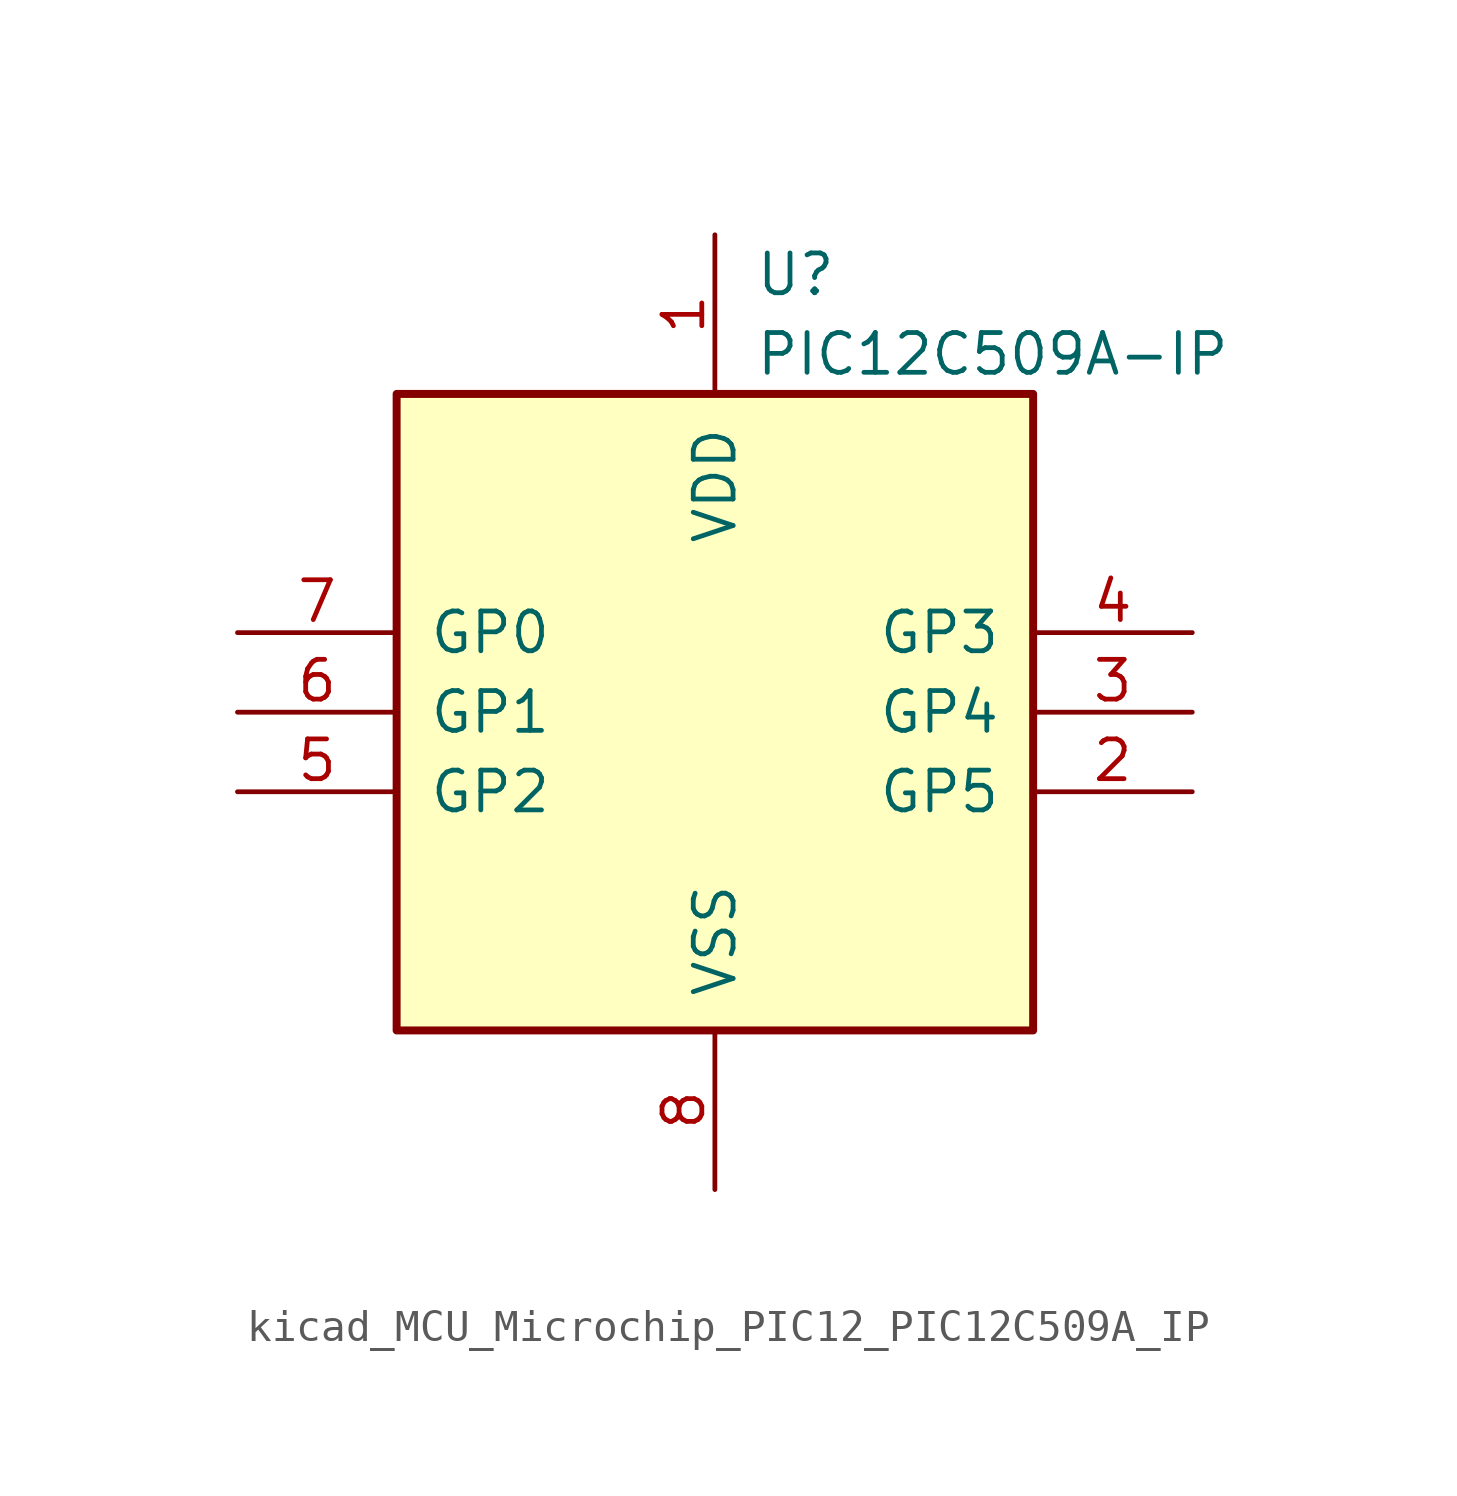
<source format=kicad_sym>
(kicad_symbol_lib
  (version 20220914)
  (generator kicad_symbol_editor)
  (symbol "kicad_MCU_Microchip_PIC12_PIC12C509A_IP"
    (pin_names
      (offset 1.016))
    (property "Reference" "U"
      (at 1.27 13.97 0)
      (effects (font (size 1.27 1.27)) (justify left)))
    (property "Value" "PIC12C509A-IP"
      (at 1.27 11.43 0)
      (effects (font (size 1.27 1.27)) (justify left)))
    (symbol "kicad_MCU_Microchip_PIC12_PIC12C509A_IP_0_1"
      (rectangle (start 10.16 -10.16) (end -10.16 10.16) (stroke (width 0.254) (type default)) (fill (type background))))
    (symbol "kicad_MCU_Microchip_PIC12_PIC12C509A_IP_1_1"
      (pin power_in line (at 0 15.24 270) (length 5.08) (name "VDD" (effects (font (size 1.27 1.27)))) (number "1" (effects (font (size 1.27 1.27)))))
      (pin bidirectional line (at 15.24 -2.54 180) (length 5.08) (name "GP5" (effects (font (size 1.27 1.27)))) (number "2" (effects (font (size 1.27 1.27)))))
      (pin bidirectional line (at 15.24 0 180) (length 5.08) (name "GP4" (effects (font (size 1.27 1.27)))) (number "3" (effects (font (size 1.27 1.27)))))
      (pin input line (at 15.24 2.54 180) (length 5.08) (name "GP3" (effects (font (size 1.27 1.27)))) (number "4" (effects (font (size 1.27 1.27)))))
      (pin bidirectional line (at -15.24 -2.54 0) (length 5.08) (name "GP2" (effects (font (size 1.27 1.27)))) (number "5" (effects (font (size 1.27 1.27)))))
      (pin bidirectional line (at -15.24 0 0) (length 5.08) (name "GP1" (effects (font (size 1.27 1.27)))) (number "6" (effects (font (size 1.27 1.27)))))
      (pin bidirectional line (at -15.24 2.54 0) (length 5.08) (name "GP0" (effects (font (size 1.27 1.27)))) (number "7" (effects (font (size 1.27 1.27)))))
      (pin power_in line (at 0 -15.24 90) (length 5.08) (name "VSS" (effects (font (size 1.27 1.27)))) (number "8" (effects (font (size 1.27 1.27))))))))
</source>
